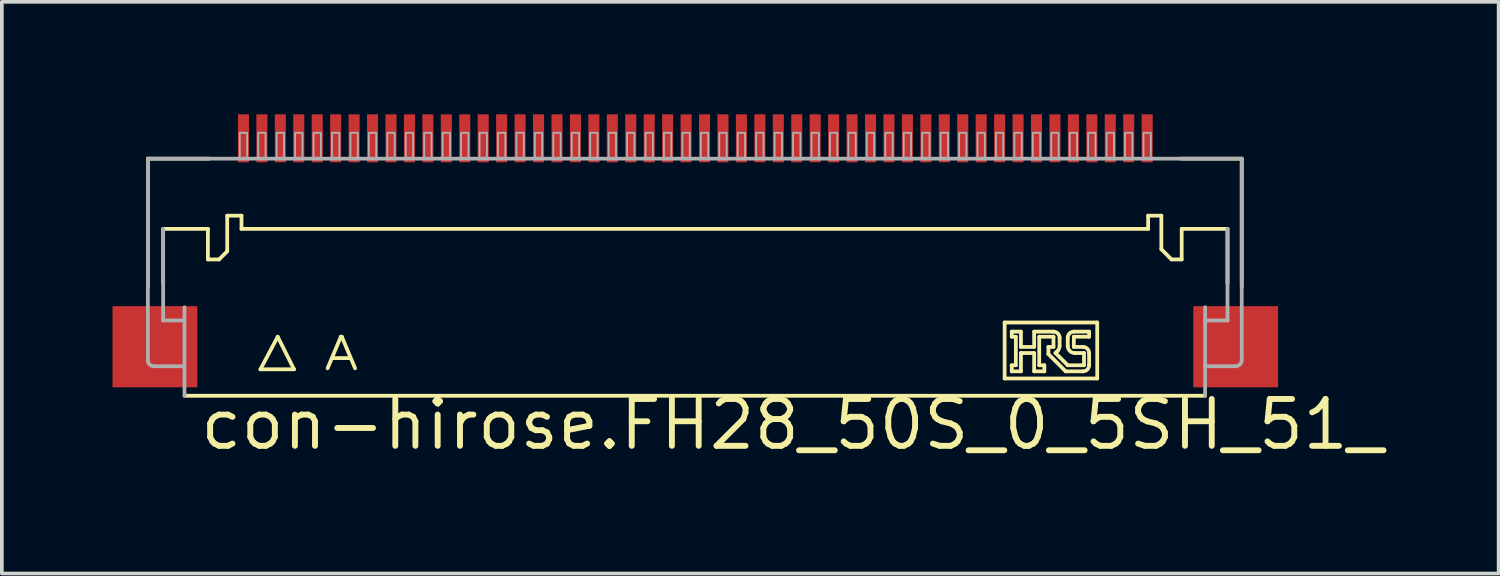
<source format=kicad_pcb>
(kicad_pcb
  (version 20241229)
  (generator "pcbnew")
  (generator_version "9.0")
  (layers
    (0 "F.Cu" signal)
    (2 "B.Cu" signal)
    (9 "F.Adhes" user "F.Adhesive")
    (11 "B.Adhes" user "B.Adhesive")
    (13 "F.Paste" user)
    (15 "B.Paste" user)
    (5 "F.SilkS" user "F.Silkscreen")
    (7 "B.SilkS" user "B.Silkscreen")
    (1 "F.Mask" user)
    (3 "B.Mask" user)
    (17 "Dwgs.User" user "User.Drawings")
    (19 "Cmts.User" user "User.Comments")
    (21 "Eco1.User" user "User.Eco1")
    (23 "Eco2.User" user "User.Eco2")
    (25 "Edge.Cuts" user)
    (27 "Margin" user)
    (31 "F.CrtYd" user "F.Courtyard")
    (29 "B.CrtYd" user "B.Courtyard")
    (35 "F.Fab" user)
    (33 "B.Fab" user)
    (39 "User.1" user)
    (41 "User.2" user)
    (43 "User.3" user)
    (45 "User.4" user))
  (footprint "con-hirose.FH28_50S_0_5SH_51_"
    (layer "F.Cu")
    (at 15.8 4.2)
    (property "Reference" "con-hirose.FH28_50S_0_5SH_51_" (at -13.5 5 0) (layer "F.SilkS") (effects (font (size 1.27 1.27) (thickness 0.16)) (justify left bottom)))
    (attr smd)
    (fp_rect (start -12.425 -2.825) (end -12.075 -4.175) (stroke (width 0.05) (type default)) (fill yes) (layer "F.Mask"))
    (fp_rect (start -11.925 -2.825) (end -11.575 -4.175) (stroke (width 0.05) (type default)) (fill yes) (layer "F.Mask"))
    (fp_rect (start -11.425 -2.825) (end -11.075 -4.175) (stroke (width 0.05) (type default)) (fill yes) (layer "F.Mask"))
    (fp_rect (start -10.925 -2.825) (end -10.575 -4.175) (stroke (width 0.05) (type default)) (fill yes) (layer "F.Mask"))
    (fp_rect (start -10.425 -2.825) (end -10.075 -4.175) (stroke (width 0.05) (type default)) (fill yes) (layer "F.Mask"))
    (fp_rect (start -9.925 -2.825) (end -9.575 -4.175) (stroke (width 0.05) (type default)) (fill yes) (layer "F.Mask"))
    (fp_rect (start -9.425 -2.825) (end -9.075 -4.175) (stroke (width 0.05) (type default)) (fill yes) (layer "F.Mask"))
    (fp_rect (start -8.925 -2.825) (end -8.575 -4.175) (stroke (width 0.05) (type default)) (fill yes) (layer "F.Mask"))
    (fp_rect (start -8.425 -2.825) (end -8.075 -4.175) (stroke (width 0.05) (type default)) (fill yes) (layer "F.Mask"))
    (fp_rect (start -7.925 -2.825) (end -7.575 -4.175) (stroke (width 0.05) (type default)) (fill yes) (layer "F.Mask"))
    (fp_rect (start -7.425 -2.825) (end -7.075 -4.175) (stroke (width 0.05) (type default)) (fill yes) (layer "F.Mask"))
    (fp_rect (start -6.925 -2.825) (end -6.575 -4.175) (stroke (width 0.05) (type default)) (fill yes) (layer "F.Mask"))
    (fp_rect (start -6.425 -2.825) (end -6.075 -4.175) (stroke (width 0.05) (type default)) (fill yes) (layer "F.Mask"))
    (fp_rect (start -5.925 -2.825) (end -5.575 -4.175) (stroke (width 0.05) (type default)) (fill yes) (layer "F.Mask"))
    (fp_rect (start -5.425 -2.825) (end -5.075 -4.175) (stroke (width 0.05) (type default)) (fill yes) (layer "F.Mask"))
    (fp_rect (start -4.925 -2.825) (end -4.575 -4.175) (stroke (width 0.05) (type default)) (fill yes) (layer "F.Mask"))
    (fp_rect (start -4.425 -2.825) (end -4.075 -4.175) (stroke (width 0.05) (type default)) (fill yes) (layer "F.Mask"))
    (fp_rect (start -3.925 -2.825) (end -3.575 -4.175) (stroke (width 0.05) (type default)) (fill yes) (layer "F.Mask"))
    (fp_rect (start -3.425 -2.825) (end -3.075 -4.175) (stroke (width 0.05) (type default)) (fill yes) (layer "F.Mask"))
    (fp_rect (start -2.925 -2.825) (end -2.575 -4.175) (stroke (width 0.05) (type default)) (fill yes) (layer "F.Mask"))
    (fp_rect (start -2.425 -2.825) (end -2.075 -4.175) (stroke (width 0.05) (type default)) (fill yes) (layer "F.Mask"))
    (fp_rect (start -1.925 -2.825) (end -1.575 -4.175) (stroke (width 0.05) (type default)) (fill yes) (layer "F.Mask"))
    (fp_rect (start -1.425 -2.825) (end -1.075 -4.175) (stroke (width 0.05) (type default)) (fill yes) (layer "F.Mask"))
    (fp_rect (start -0.925 -2.825) (end -0.575 -4.175) (stroke (width 0.05) (type default)) (fill yes) (layer "F.Mask"))
    (fp_rect (start -0.425 -2.825) (end -0.075 -4.175) (stroke (width 0.05) (type default)) (fill yes) (layer "F.Mask"))
    (fp_rect (start 0.075 -2.825) (end 0.425 -4.175) (stroke (width 0.05) (type default)) (fill yes) (layer "F.Mask"))
    (fp_rect (start 0.575 -2.825) (end 0.925 -4.175) (stroke (width 0.05) (type default)) (fill yes) (layer "F.Mask"))
    (fp_rect (start 1.075 -2.825) (end 1.425 -4.175) (stroke (width 0.05) (type default)) (fill yes) (layer "F.Mask"))
    (fp_rect (start 1.575 -2.825) (end 1.925 -4.175) (stroke (width 0.05) (type default)) (fill yes) (layer "F.Mask"))
    (fp_rect (start 2.075 -2.825) (end 2.425 -4.175) (stroke (width 0.05) (type default)) (fill yes) (layer "F.Mask"))
    (fp_rect (start 2.575 -2.825) (end 2.925 -4.175) (stroke (width 0.05) (type default)) (fill yes) (layer "F.Mask"))
    (fp_rect (start 3.075 -2.825) (end 3.425 -4.175) (stroke (width 0.05) (type default)) (fill yes) (layer "F.Mask"))
    (fp_rect (start 3.575 -2.825) (end 3.925 -4.175) (stroke (width 0.05) (type default)) (fill yes) (layer "F.Mask"))
    (fp_rect (start 4.075 -2.825) (end 4.425 -4.175) (stroke (width 0.05) (type default)) (fill yes) (layer "F.Mask"))
    (fp_rect (start 4.575 -2.825) (end 4.925 -4.175) (stroke (width 0.05) (type default)) (fill yes) (layer "F.Mask"))
    (fp_rect (start 5.075 -2.825) (end 5.425 -4.175) (stroke (width 0.05) (type default)) (fill yes) (layer "F.Mask"))
    (fp_rect (start 5.575 -2.825) (end 5.925 -4.175) (stroke (width 0.05) (type default)) (fill yes) (layer "F.Mask"))
    (fp_rect (start 6.075 -2.825) (end 6.425 -4.175) (stroke (width 0.05) (type default)) (fill yes) (layer "F.Mask"))
    (fp_rect (start 6.575 -2.825) (end 6.925 -4.175) (stroke (width 0.05) (type default)) (fill yes) (layer "F.Mask"))
    (fp_rect (start 7.075 -2.825) (end 7.425 -4.175) (stroke (width 0.05) (type default)) (fill yes) (layer "F.Mask"))
    (fp_rect (start 7.575 -2.825) (end 7.925 -4.175) (stroke (width 0.05) (type default)) (fill yes) (layer "F.Mask"))
    (fp_rect (start 8.075 -2.825) (end 8.425 -4.175) (stroke (width 0.05) (type default)) (fill yes) (layer "F.Mask"))
    (fp_rect (start 8.575 -2.825) (end 8.925 -4.175) (stroke (width 0.05) (type default)) (fill yes) (layer "F.Mask"))
    (fp_rect (start 9.075 -2.825) (end 9.425 -4.175) (stroke (width 0.05) (type default)) (fill yes) (layer "F.Mask"))
    (fp_rect (start 9.575 -2.825) (end 9.925 -4.175) (stroke (width 0.05) (type default)) (fill yes) (layer "F.Mask"))
    (fp_rect (start 10.075 -2.825) (end 10.425 -4.175) (stroke (width 0.05) (type default)) (fill yes) (layer "F.Mask"))
    (fp_rect (start 10.575 -2.825) (end 10.925 -4.175) (stroke (width 0.05) (type default)) (fill yes) (layer "F.Mask"))
    (fp_rect (start 11.075 -2.825) (end 11.425 -4.175) (stroke (width 0.05) (type default)) (fill yes) (layer "F.Mask"))
    (fp_rect (start 11.575 -2.825) (end 11.925 -4.175) (stroke (width 0.05) (type default)) (fill yes) (layer "F.Mask"))
    (fp_rect (start 12.075 -2.825) (end 12.425 -4.175) (stroke (width 0.05) (type default)) (fill yes) (layer "F.Mask"))
    (fp_line (start -14.841 -2.948) (end -13.186 -2.948) (stroke (width 0.102) (type default)) (layer "F.SilkS"))
    (fp_line (start -14.841 0.514) (end -14.841 -2.948) (stroke (width 0.102) (type default)) (layer "F.SilkS"))
    (fp_line (start -14.427 -1.045) (end -14.427 0.438) (stroke (width 0.102) (type default)) (layer "F.SilkS"))
    (fp_line (start -13.214 -1.045) (end -14.427 -1.045) (stroke (width 0.102) (type default)) (layer "F.SilkS"))
    (fp_line (start -13.214 -0.217) (end -13.214 -1.045) (stroke (width 0.102) (type default)) (layer "F.SilkS"))
    (fp_line (start -12.91 -0.217) (end -13.214 -0.217) (stroke (width 0.102) (type default)) (layer "F.SilkS"))
    (fp_line (start -12.69 -1.403) (end -12.69 -0.438) (stroke (width 0.102) (type default)) (layer "F.SilkS"))
    (fp_line (start -12.69 -0.438) (end -12.91 -0.217) (stroke (width 0.102) (type default)) (layer "F.SilkS"))
    (fp_line (start -12.303 -1.403) (end -12.69 -1.403) (stroke (width 0.102) (type default)) (layer "F.SilkS"))
    (fp_line (start -12.303 -1.045) (end -12.303 -1.403) (stroke (width 0.102) (type default)) (layer "F.SilkS"))
    (fp_line (start -11.79 2.762) (end -10.879 2.762) (stroke (width 0.102) (type default)) (layer "F.SilkS"))
    (fp_line (start -11.321 1.879) (end -11.79 2.762) (stroke (width 0.102) (type default)) (layer "F.SilkS"))
    (fp_line (start -10.879 2.762) (end -11.321 1.879) (stroke (width 0.102) (type default)) (layer "F.SilkS"))
    (fp_line (start -9.969 2.734) (end -9.61 1.879) (stroke (width 0.102) (type default)) (layer "F.SilkS"))
    (fp_line (start -9.61 1.879) (end -9.583 1.879) (stroke (width 0.102) (type default)) (layer "F.SilkS"))
    (fp_line (start -9.583 1.879) (end -9.224 2.734) (stroke (width 0.102) (type default)) (layer "F.SilkS"))
    (fp_line (start -9.362 2.458) (end -9.831 2.458) (stroke (width 0.102) (type default)) (layer "F.SilkS"))
    (fp_line (start 8.386 1.493) (end 10.896 1.493) (stroke (width 0.102) (type default)) (layer "F.SilkS"))
    (fp_line (start 8.386 3.01) (end 8.386 1.493) (stroke (width 0.102) (type default)) (layer "F.SilkS"))
    (fp_line (start 8.579 1.741) (end 8.828 1.741) (stroke (width 0.102) (type default)) (layer "F.SilkS"))
    (fp_line (start 8.579 1.879) (end 8.579 1.741) (stroke (width 0.102) (type default)) (layer "F.SilkS"))
    (fp_line (start 8.579 2.652) (end 8.69 2.652) (stroke (width 0.102) (type default)) (layer "F.SilkS"))
    (fp_line (start 8.579 2.817) (end 8.579 2.652) (stroke (width 0.102) (type default)) (layer "F.SilkS"))
    (fp_line (start 8.69 1.879) (end 8.579 1.879) (stroke (width 0.102) (type default)) (layer "F.SilkS"))
    (fp_line (start 8.69 2.652) (end 8.69 1.879) (stroke (width 0.102) (type default)) (layer "F.SilkS"))
    (fp_line (start 8.828 1.741) (end 8.828 2.155) (stroke (width 0.102) (type default)) (layer "F.SilkS"))
    (fp_line (start 8.828 2.155) (end 9.186 2.155) (stroke (width 0.102) (type default)) (layer "F.SilkS"))
    (fp_line (start 8.828 2.321) (end 8.828 2.817) (stroke (width 0.102) (type default)) (layer "F.SilkS"))
    (fp_line (start 8.828 2.817) (end 8.579 2.817) (stroke (width 0.102) (type default)) (layer "F.SilkS"))
    (fp_line (start 9.186 1.741) (end 9.71 1.741) (stroke (width 0.102) (type default)) (layer "F.SilkS"))
    (fp_line (start 9.186 2.155) (end 9.186 1.741) (stroke (width 0.102) (type default)) (layer "F.SilkS"))
    (fp_line (start 9.186 2.321) (end 8.828 2.321) (stroke (width 0.102) (type default)) (layer "F.SilkS"))
    (fp_line (start 9.186 2.817) (end 9.186 2.321) (stroke (width 0.102) (type default)) (layer "F.SilkS"))
    (fp_line (start 9.324 1.879) (end 9.324 2.652) (stroke (width 0.102) (type default)) (layer "F.SilkS"))
    (fp_line (start 9.324 2.652) (end 9.462 2.652) (stroke (width 0.102) (type default)) (layer "F.SilkS"))
    (fp_line (start 9.462 2.652) (end 9.462 2.817) (stroke (width 0.102) (type default)) (layer "F.SilkS"))
    (fp_line (start 9.462 2.817) (end 9.186 2.817) (stroke (width 0.102) (type default)) (layer "F.SilkS"))
    (fp_line (start 9.572 2.155) (end 9.71 2.155) (stroke (width 0.102) (type default)) (layer "F.SilkS"))
    (fp_line (start 9.572 2.348) (end 9.572 2.155) (stroke (width 0.102) (type default)) (layer "F.SilkS"))
    (fp_line (start 9.71 1.879) (end 9.324 1.879) (stroke (width 0.102) (type default)) (layer "F.SilkS"))
    (fp_line (start 9.71 2.155) (end 9.71 1.879) (stroke (width 0.102) (type default)) (layer "F.SilkS"))
    (fp_line (start 9.765 2.321) (end 10.097 2.652) (stroke (width 0.102) (type default)) (layer "F.SilkS"))
    (fp_line (start 9.793 2.293) (end 9.765 2.321) (stroke (width 0.102) (type default)) (layer "F.SilkS"))
    (fp_line (start 9.876 1.907) (end 9.876 2.127) (stroke (width 0.102) (type default)) (layer "F.SilkS"))
    (fp_line (start 10.041 2.817) (end 9.572 2.348) (stroke (width 0.102) (type default)) (layer "F.SilkS"))
    (fp_line (start 10.097 2.127) (end 10.097 1.907) (stroke (width 0.102) (type default)) (layer "F.SilkS"))
    (fp_line (start 10.097 2.652) (end 10.538 2.652) (stroke (width 0.102) (type default)) (layer "F.SilkS"))
    (fp_line (start 10.262 1.741) (end 10.676 1.741) (stroke (width 0.102) (type default)) (layer "F.SilkS"))
    (fp_line (start 10.262 1.879) (end 10.262 2.155) (stroke (width 0.102) (type default)) (layer "F.SilkS"))
    (fp_line (start 10.262 2.155) (end 10.51 2.155) (stroke (width 0.102) (type default)) (layer "F.SilkS"))
    (fp_line (start 10.51 2.817) (end 10.041 2.817) (stroke (width 0.102) (type default)) (layer "F.SilkS"))
    (fp_line (start 10.538 2.321) (end 10.29 2.321) (stroke (width 0.102) (type default)) (layer "F.SilkS"))
    (fp_line (start 10.538 2.652) (end 10.538 2.321) (stroke (width 0.102) (type default)) (layer "F.SilkS"))
    (fp_line (start 10.676 1.741) (end 10.676 1.879) (stroke (width 0.102) (type default)) (layer "F.SilkS"))
    (fp_line (start 10.676 1.879) (end 10.262 1.879) (stroke (width 0.102) (type default)) (layer "F.SilkS"))
    (fp_line (start 10.676 2.321) (end 10.676 2.652) (stroke (width 0.102) (type default)) (layer "F.SilkS"))
    (fp_line (start 10.896 1.493) (end 10.896 3.01) (stroke (width 0.102) (type default)) (layer "F.SilkS"))
    (fp_line (start 10.896 3.01) (end 8.386 3.01) (stroke (width 0.102) (type default)) (layer "F.SilkS"))
    (fp_line (start 12.276 -1.403) (end 12.276 -1.045) (stroke (width 0.102) (type default)) (layer "F.SilkS"))
    (fp_line (start 12.276 -1.045) (end -12.303 -1.045) (stroke (width 0.102) (type default)) (layer "F.SilkS"))
    (fp_line (start 12.634 -1.403) (end 12.276 -1.403) (stroke (width 0.102) (type default)) (layer "F.SilkS"))
    (fp_line (start 12.634 -0.493) (end 12.634 -1.403) (stroke (width 0.102) (type default)) (layer "F.SilkS"))
    (fp_line (start 12.91 -0.217) (end 12.634 -0.493) (stroke (width 0.102) (type default)) (layer "F.SilkS"))
    (fp_line (start 13.159 -2.948) (end 14.814 -2.948) (stroke (width 0.102) (type default)) (layer "F.SilkS"))
    (fp_line (start 13.186 -1.045) (end 13.186 -0.217) (stroke (width 0.102) (type default)) (layer "F.SilkS"))
    (fp_line (start 13.186 -0.217) (end 12.91 -0.217) (stroke (width 0.102) (type default)) (layer "F.SilkS"))
    (fp_line (start 13.821 3.479) (end -13.848 3.479) (stroke (width 0.102) (type default)) (layer "F.SilkS"))
    (fp_line (start 14.428 -1.045) (end 13.186 -1.045) (stroke (width 0.102) (type default)) (layer "F.SilkS"))
    (fp_line (start 14.428 0.438) (end 14.428 -1.045) (stroke (width 0.102) (type default)) (layer "F.SilkS"))
    (fp_line (start 14.814 -2.948) (end 14.814 0.514) (stroke (width 0.102) (type default)) (layer "F.SilkS"))
    (fp_arc (start 9.7103 1.7413) (mid 9.827355 1.789745) (end 9.8758 1.9068) (stroke (width 0.1016) (type default)) (layer "F.SilkS"))
    (fp_arc (start 9.8206 2.2654) (mid 9.807004 2.279354) (end 9.7931 2.293) (stroke (width 0.1016) (type default)) (layer "F.SilkS"))
    (fp_arc (start 9.8758 2.1275) (mid 9.861462 2.201759) (end 9.8206 2.2654) (stroke (width 0.1016) (type default)) (layer "F.SilkS"))
    (fp_arc (start 10.0965 1.9068) (mid 10.144945 1.789745) (end 10.262 1.7413) (stroke (width 0.1016) (type default)) (layer "F.SilkS"))
    (fp_arc (start 10.2896 2.3206) (mid 10.153028 2.264072) (end 10.0965 2.1275) (stroke (width 0.1016) (type default)) (layer "F.SilkS"))
    (fp_arc (start 10.5103 2.1551) (mid 10.627355 2.203545) (end 10.6758 2.3206) (stroke (width 0.1016) (type default)) (layer "F.SilkS"))
    (fp_arc (start 10.6758 2.6516) (mid 10.627297 2.768597) (end 10.5103 2.8171) (stroke (width 0.1016) (type default)) (layer "F.SilkS"))
    (fp_line (start -14.841 -2.948) (end 14.814 -2.948) (stroke (width 0.102) (type default)) (layer "F.Fab"))
    (fp_line (start -14.841 2.514) (end -14.841 -2.948) (stroke (width 0.102) (type default)) (layer "F.Fab"))
    (fp_line (start -14.427 -1.045) (end -14.427 1.438) (stroke (width 0.102) (type default)) (layer "F.Fab"))
    (fp_line (start -14.427 1.438) (end -13.903 1.438) (stroke (width 0.102) (type default)) (layer "F.Fab"))
    (fp_line (start -13.876 2.679) (end -14.676 2.679) (stroke (width 0.102) (type default)) (layer "F.Fab"))
    (fp_line (start -13.848 3.479) (end -13.848 1.079) (stroke (width 0.102) (type default)) (layer "F.Fab"))
    (fp_line (start 13.821 1.438) (end 13.821 1.079) (stroke (width 0.102) (type default)) (layer "F.Fab"))
    (fp_line (start 13.821 1.438) (end 14.428 1.438) (stroke (width 0.102) (type default)) (layer "F.Fab"))
    (fp_line (start 13.821 2.679) (end 13.821 1.438) (stroke (width 0.102) (type default)) (layer "F.Fab"))
    (fp_line (start 13.821 2.679) (end 13.821 3.479) (stroke (width 0.102) (type default)) (layer "F.Fab"))
    (fp_line (start 14.428 1.438) (end 14.428 -1.045) (stroke (width 0.102) (type default)) (layer "F.Fab"))
    (fp_line (start 14.648 2.679) (end 13.821 2.679) (stroke (width 0.102) (type default)) (layer "F.Fab"))
    (fp_line (start 14.814 -2.948) (end 14.814 2.514) (stroke (width 0.102) (type default)) (layer "F.Fab"))
    (fp_rect (start -12.35 -2.95) (end -12.15 -3.65) (stroke (width 0.05) (type default)) (fill no) (layer "F.Fab"))
    (fp_rect (start -11.85 -2.95) (end -11.65 -3.65) (stroke (width 0.05) (type default)) (fill no) (layer "F.Fab"))
    (fp_rect (start -11.35 -2.95) (end -11.15 -3.65) (stroke (width 0.05) (type default)) (fill no) (layer "F.Fab"))
    (fp_rect (start -10.85 -2.95) (end -10.65 -3.65) (stroke (width 0.05) (type default)) (fill no) (layer "F.Fab"))
    (fp_rect (start -10.35 -2.95) (end -10.15 -3.65) (stroke (width 0.05) (type default)) (fill no) (layer "F.Fab"))
    (fp_rect (start -9.85 -2.95) (end -9.65 -3.65) (stroke (width 0.05) (type default)) (fill no) (layer "F.Fab"))
    (fp_rect (start -9.35 -2.95) (end -9.15 -3.65) (stroke (width 0.05) (type default)) (fill no) (layer "F.Fab"))
    (fp_rect (start -8.85 -2.95) (end -8.65 -3.65) (stroke (width 0.05) (type default)) (fill no) (layer "F.Fab"))
    (fp_rect (start -8.35 -2.95) (end -8.15 -3.65) (stroke (width 0.05) (type default)) (fill no) (layer "F.Fab"))
    (fp_rect (start -7.85 -2.95) (end -7.65 -3.65) (stroke (width 0.05) (type default)) (fill no) (layer "F.Fab"))
    (fp_rect (start -7.35 -2.95) (end -7.15 -3.65) (stroke (width 0.05) (type default)) (fill no) (layer "F.Fab"))
    (fp_rect (start -6.85 -2.95) (end -6.65 -3.65) (stroke (width 0.05) (type default)) (fill no) (layer "F.Fab"))
    (fp_rect (start -6.35 -2.95) (end -6.15 -3.65) (stroke (width 0.05) (type default)) (fill no) (layer "F.Fab"))
    (fp_rect (start -5.85 -2.95) (end -5.65 -3.65) (stroke (width 0.05) (type default)) (fill no) (layer "F.Fab"))
    (fp_rect (start -5.35 -2.95) (end -5.15 -3.65) (stroke (width 0.05) (type default)) (fill no) (layer "F.Fab"))
    (fp_rect (start -4.85 -2.95) (end -4.65 -3.65) (stroke (width 0.05) (type default)) (fill no) (layer "F.Fab"))
    (fp_rect (start -4.35 -2.95) (end -4.15 -3.65) (stroke (width 0.05) (type default)) (fill no) (layer "F.Fab"))
    (fp_rect (start -3.85 -2.95) (end -3.65 -3.65) (stroke (width 0.05) (type default)) (fill no) (layer "F.Fab"))
    (fp_rect (start -3.35 -2.95) (end -3.15 -3.65) (stroke (width 0.05) (type default)) (fill no) (layer "F.Fab"))
    (fp_rect (start -2.85 -2.95) (end -2.65 -3.65) (stroke (width 0.05) (type default)) (fill no) (layer "F.Fab"))
    (fp_rect (start -2.35 -2.95) (end -2.15 -3.65) (stroke (width 0.05) (type default)) (fill no) (layer "F.Fab"))
    (fp_rect (start -1.85 -2.95) (end -1.65 -3.65) (stroke (width 0.05) (type default)) (fill no) (layer "F.Fab"))
    (fp_rect (start -1.35 -2.95) (end -1.15 -3.65) (stroke (width 0.05) (type default)) (fill no) (layer "F.Fab"))
    (fp_rect (start -0.85 -2.95) (end -0.65 -3.65) (stroke (width 0.05) (type default)) (fill no) (layer "F.Fab"))
    (fp_rect (start -0.35 -2.95) (end -0.15 -3.65) (stroke (width 0.05) (type default)) (fill no) (layer "F.Fab"))
    (fp_rect (start 0.15 -2.95) (end 0.35 -3.65) (stroke (width 0.05) (type default)) (fill no) (layer "F.Fab"))
    (fp_rect (start 0.65 -2.95) (end 0.85 -3.65) (stroke (width 0.05) (type default)) (fill no) (layer "F.Fab"))
    (fp_rect (start 1.15 -2.95) (end 1.35 -3.65) (stroke (width 0.05) (type default)) (fill no) (layer "F.Fab"))
    (fp_rect (start 1.65 -2.95) (end 1.85 -3.65) (stroke (width 0.05) (type default)) (fill no) (layer "F.Fab"))
    (fp_rect (start 2.15 -2.95) (end 2.35 -3.65) (stroke (width 0.05) (type default)) (fill no) (layer "F.Fab"))
    (fp_rect (start 2.65 -2.95) (end 2.85 -3.65) (stroke (width 0.05) (type default)) (fill no) (layer "F.Fab"))
    (fp_rect (start 3.15 -2.95) (end 3.35 -3.65) (stroke (width 0.05) (type default)) (fill no) (layer "F.Fab"))
    (fp_rect (start 3.65 -2.95) (end 3.85 -3.65) (stroke (width 0.05) (type default)) (fill no) (layer "F.Fab"))
    (fp_rect (start 4.15 -2.95) (end 4.35 -3.65) (stroke (width 0.05) (type default)) (fill no) (layer "F.Fab"))
    (fp_rect (start 4.65 -2.95) (end 4.85 -3.65) (stroke (width 0.05) (type default)) (fill no) (layer "F.Fab"))
    (fp_rect (start 5.15 -2.95) (end 5.35 -3.65) (stroke (width 0.05) (type default)) (fill no) (layer "F.Fab"))
    (fp_rect (start 5.65 -2.95) (end 5.85 -3.65) (stroke (width 0.05) (type default)) (fill no) (layer "F.Fab"))
    (fp_rect (start 6.15 -2.95) (end 6.35 -3.65) (stroke (width 0.05) (type default)) (fill no) (layer "F.Fab"))
    (fp_rect (start 6.65 -2.95) (end 6.85 -3.65) (stroke (width 0.05) (type default)) (fill no) (layer "F.Fab"))
    (fp_rect (start 7.15 -2.95) (end 7.35 -3.65) (stroke (width 0.05) (type default)) (fill no) (layer "F.Fab"))
    (fp_rect (start 7.65 -2.95) (end 7.85 -3.65) (stroke (width 0.05) (type default)) (fill no) (layer "F.Fab"))
    (fp_rect (start 8.15 -2.95) (end 8.35 -3.65) (stroke (width 0.05) (type default)) (fill no) (layer "F.Fab"))
    (fp_rect (start 8.65 -2.95) (end 8.85 -3.65) (stroke (width 0.05) (type default)) (fill no) (layer "F.Fab"))
    (fp_rect (start 9.15 -2.95) (end 9.35 -3.65) (stroke (width 0.05) (type default)) (fill no) (layer "F.Fab"))
    (fp_rect (start 9.65 -2.95) (end 9.85 -3.65) (stroke (width 0.05) (type default)) (fill no) (layer "F.Fab"))
    (fp_rect (start 10.15 -2.95) (end 10.35 -3.65) (stroke (width 0.05) (type default)) (fill no) (layer "F.Fab"))
    (fp_rect (start 10.65 -2.95) (end 10.85 -3.65) (stroke (width 0.05) (type default)) (fill no) (layer "F.Fab"))
    (fp_rect (start 11.15 -2.95) (end 11.35 -3.65) (stroke (width 0.05) (type default)) (fill no) (layer "F.Fab"))
    (fp_rect (start 11.65 -2.95) (end 11.85 -3.65) (stroke (width 0.05) (type default)) (fill no) (layer "F.Fab"))
    (fp_rect (start 12.15 -2.95) (end 12.35 -3.65) (stroke (width 0.05) (type default)) (fill no) (layer "F.Fab"))
    (fp_arc (start -14.6757 2.6792) (mid -14.792726 2.630726) (end -14.8412 2.5137) (stroke (width 0.1016) (type default)) (layer "F.Fab"))
    (fp_arc (start 14.8137 2.5137) (mid 14.765197 2.630697) (end 14.6482 2.6792) (stroke (width 0.1016) (type default)) (layer "F.Fab"))
    (pad "1" smd roundrect (at -12.25 -3.5) (size 0.3 1.3) (layers "F.Cu" "F.Mask" "F.Paste") (roundrect_rratio 0.01))
    (pad "2" smd roundrect (at -11.75 -3.5) (size 0.3 1.3) (layers "F.Cu" "F.Mask" "F.Paste") (roundrect_rratio 0.01))
    (pad "3" smd roundrect (at -11.25 -3.5) (size 0.3 1.3) (layers "F.Cu" "F.Mask" "F.Paste") (roundrect_rratio 0.01))
    (pad "4" smd roundrect (at -10.75 -3.5) (size 0.3 1.3) (layers "F.Cu" "F.Mask" "F.Paste") (roundrect_rratio 0.01))
    (pad "5" smd roundrect (at -10.25 -3.5) (size 0.3 1.3) (layers "F.Cu" "F.Mask" "F.Paste") (roundrect_rratio 0.01))
    (pad "6" smd roundrect (at -9.75 -3.5) (size 0.3 1.3) (layers "F.Cu" "F.Mask" "F.Paste") (roundrect_rratio 0.01))
    (pad "7" smd roundrect (at -9.25 -3.5) (size 0.3 1.3) (layers "F.Cu" "F.Mask" "F.Paste") (roundrect_rratio 0.01))
    (pad "8" smd roundrect (at -8.75 -3.5) (size 0.3 1.3) (layers "F.Cu" "F.Mask" "F.Paste") (roundrect_rratio 0.01))
    (pad "9" smd roundrect (at -8.25 -3.5) (size 0.3 1.3) (layers "F.Cu" "F.Mask" "F.Paste") (roundrect_rratio 0.01))
    (pad "10" smd roundrect (at -7.75 -3.5) (size 0.3 1.3) (layers "F.Cu" "F.Mask" "F.Paste") (roundrect_rratio 0.01))
    (pad "11" smd roundrect (at -7.25 -3.5) (size 0.3 1.3) (layers "F.Cu" "F.Mask" "F.Paste") (roundrect_rratio 0.01))
    (pad "12" smd roundrect (at -6.75 -3.5) (size 0.3 1.3) (layers "F.Cu" "F.Mask" "F.Paste") (roundrect_rratio 0.01))
    (pad "13" smd roundrect (at -6.25 -3.5) (size 0.3 1.3) (layers "F.Cu" "F.Mask" "F.Paste") (roundrect_rratio 0.01))
    (pad "14" smd roundrect (at -5.75 -3.5) (size 0.3 1.3) (layers "F.Cu" "F.Mask" "F.Paste") (roundrect_rratio 0.01))
    (pad "15" smd roundrect (at -5.25 -3.5) (size 0.3 1.3) (layers "F.Cu" "F.Mask" "F.Paste") (roundrect_rratio 0.01))
    (pad "16" smd roundrect (at -4.75 -3.5) (size 0.3 1.3) (layers "F.Cu" "F.Mask" "F.Paste") (roundrect_rratio 0.01))
    (pad "17" smd roundrect (at -4.25 -3.5) (size 0.3 1.3) (layers "F.Cu" "F.Mask" "F.Paste") (roundrect_rratio 0.01))
    (pad "18" smd roundrect (at -3.75 -3.5) (size 0.3 1.3) (layers "F.Cu" "F.Mask" "F.Paste") (roundrect_rratio 0.01))
    (pad "19" smd roundrect (at -3.25 -3.5) (size 0.3 1.3) (layers "F.Cu" "F.Mask" "F.Paste") (roundrect_rratio 0.01))
    (pad "20" smd roundrect (at -2.75 -3.5) (size 0.3 1.3) (layers "F.Cu" "F.Mask" "F.Paste") (roundrect_rratio 0.01))
    (pad "21" smd roundrect (at -2.25 -3.5) (size 0.3 1.3) (layers "F.Cu" "F.Mask" "F.Paste") (roundrect_rratio 0.01))
    (pad "22" smd roundrect (at -1.75 -3.5) (size 0.3 1.3) (layers "F.Cu" "F.Mask" "F.Paste") (roundrect_rratio 0.01))
    (pad "23" smd roundrect (at -1.25 -3.5) (size 0.3 1.3) (layers "F.Cu" "F.Mask" "F.Paste") (roundrect_rratio 0.01))
    (pad "24" smd roundrect (at -0.75 -3.5) (size 0.3 1.3) (layers "F.Cu" "F.Mask" "F.Paste") (roundrect_rratio 0.01))
    (pad "25" smd roundrect (at -0.25 -3.5) (size 0.3 1.3) (layers "F.Cu" "F.Mask" "F.Paste") (roundrect_rratio 0.01))
    (pad "26" smd roundrect (at 0.25 -3.5) (size 0.3 1.3) (layers "F.Cu" "F.Mask" "F.Paste") (roundrect_rratio 0.01))
    (pad "27" smd roundrect (at 0.75 -3.5) (size 0.3 1.3) (layers "F.Cu" "F.Mask" "F.Paste") (roundrect_rratio 0.01))
    (pad "28" smd roundrect (at 1.25 -3.5) (size 0.3 1.3) (layers "F.Cu" "F.Mask" "F.Paste") (roundrect_rratio 0.01))
    (pad "29" smd roundrect (at 1.75 -3.5) (size 0.3 1.3) (layers "F.Cu" "F.Mask" "F.Paste") (roundrect_rratio 0.01))
    (pad "30" smd roundrect (at 2.25 -3.5) (size 0.3 1.3) (layers "F.Cu" "F.Mask" "F.Paste") (roundrect_rratio 0.01))
    (pad "31" smd roundrect (at 2.75 -3.5) (size 0.3 1.3) (layers "F.Cu" "F.Mask" "F.Paste") (roundrect_rratio 0.01))
    (pad "32" smd roundrect (at 3.25 -3.5) (size 0.3 1.3) (layers "F.Cu" "F.Mask" "F.Paste") (roundrect_rratio 0.01))
    (pad "33" smd roundrect (at 3.75 -3.5) (size 0.3 1.3) (layers "F.Cu" "F.Mask" "F.Paste") (roundrect_rratio 0.01))
    (pad "34" smd roundrect (at 4.25 -3.5) (size 0.3 1.3) (layers "F.Cu" "F.Mask" "F.Paste") (roundrect_rratio 0.01))
    (pad "35" smd roundrect (at 4.75 -3.5) (size 0.3 1.3) (layers "F.Cu" "F.Mask" "F.Paste") (roundrect_rratio 0.01))
    (pad "36" smd roundrect (at 5.25 -3.5) (size 0.3 1.3) (layers "F.Cu" "F.Mask" "F.Paste") (roundrect_rratio 0.01))
    (pad "37" smd roundrect (at 5.75 -3.5) (size 0.3 1.3) (layers "F.Cu" "F.Mask" "F.Paste") (roundrect_rratio 0.01))
    (pad "38" smd roundrect (at 6.25 -3.5) (size 0.3 1.3) (layers "F.Cu" "F.Mask" "F.Paste") (roundrect_rratio 0.01))
    (pad "39" smd roundrect (at 6.75 -3.5) (size 0.3 1.3) (layers "F.Cu" "F.Mask" "F.Paste") (roundrect_rratio 0.01))
    (pad "40" smd roundrect (at 7.25 -3.5) (size 0.3 1.3) (layers "F.Cu" "F.Mask" "F.Paste") (roundrect_rratio 0.01))
    (pad "41" smd roundrect (at 7.75 -3.5) (size 0.3 1.3) (layers "F.Cu" "F.Mask" "F.Paste") (roundrect_rratio 0.01))
    (pad "42" smd roundrect (at 8.25 -3.5) (size 0.3 1.3) (layers "F.Cu" "F.Mask" "F.Paste") (roundrect_rratio 0.01))
    (pad "43" smd roundrect (at 8.75 -3.5) (size 0.3 1.3) (layers "F.Cu" "F.Mask" "F.Paste") (roundrect_rratio 0.01))
    (pad "44" smd roundrect (at 9.25 -3.5) (size 0.3 1.3) (layers "F.Cu" "F.Mask" "F.Paste") (roundrect_rratio 0.01))
    (pad "45" smd roundrect (at 9.75 -3.5) (size 0.3 1.3) (layers "F.Cu" "F.Mask" "F.Paste") (roundrect_rratio 0.01))
    (pad "46" smd roundrect (at 10.25 -3.5) (size 0.3 1.3) (layers "F.Cu" "F.Mask" "F.Paste") (roundrect_rratio 0.01))
    (pad "47" smd roundrect (at 10.75 -3.5) (size 0.3 1.3) (layers "F.Cu" "F.Mask" "F.Paste") (roundrect_rratio 0.01))
    (pad "48" smd roundrect (at 11.25 -3.5) (size 0.3 1.3) (layers "F.Cu" "F.Mask" "F.Paste") (roundrect_rratio 0.01))
    (pad "49" smd roundrect (at 11.75 -3.5) (size 0.3 1.3) (layers "F.Cu" "F.Mask" "F.Paste") (roundrect_rratio 0.01))
    (pad "50" smd roundrect (at 12.25 -3.5) (size 0.3 1.3) (layers "F.Cu" "F.Mask" "F.Paste") (roundrect_rratio 0.01))
    (pad "M1" smd roundrect (at 14.65 2.15 180) (size 2.3 2.2) (layers "F.Cu" "F.Mask" "F.Paste") (roundrect_rratio 0.01))
    (pad "M2" smd roundrect (at -14.65 2.15 180) (size 2.3 2.2) (layers "F.Cu" "F.Mask" "F.Paste") (roundrect_rratio 0.01)))
  (gr_rect
    (start -3 -3)
    (end 37.578 12.498)
    (stroke (width 0.1) (type default))
    (fill no)
    (layer "Edge.Cuts")))
</source>
